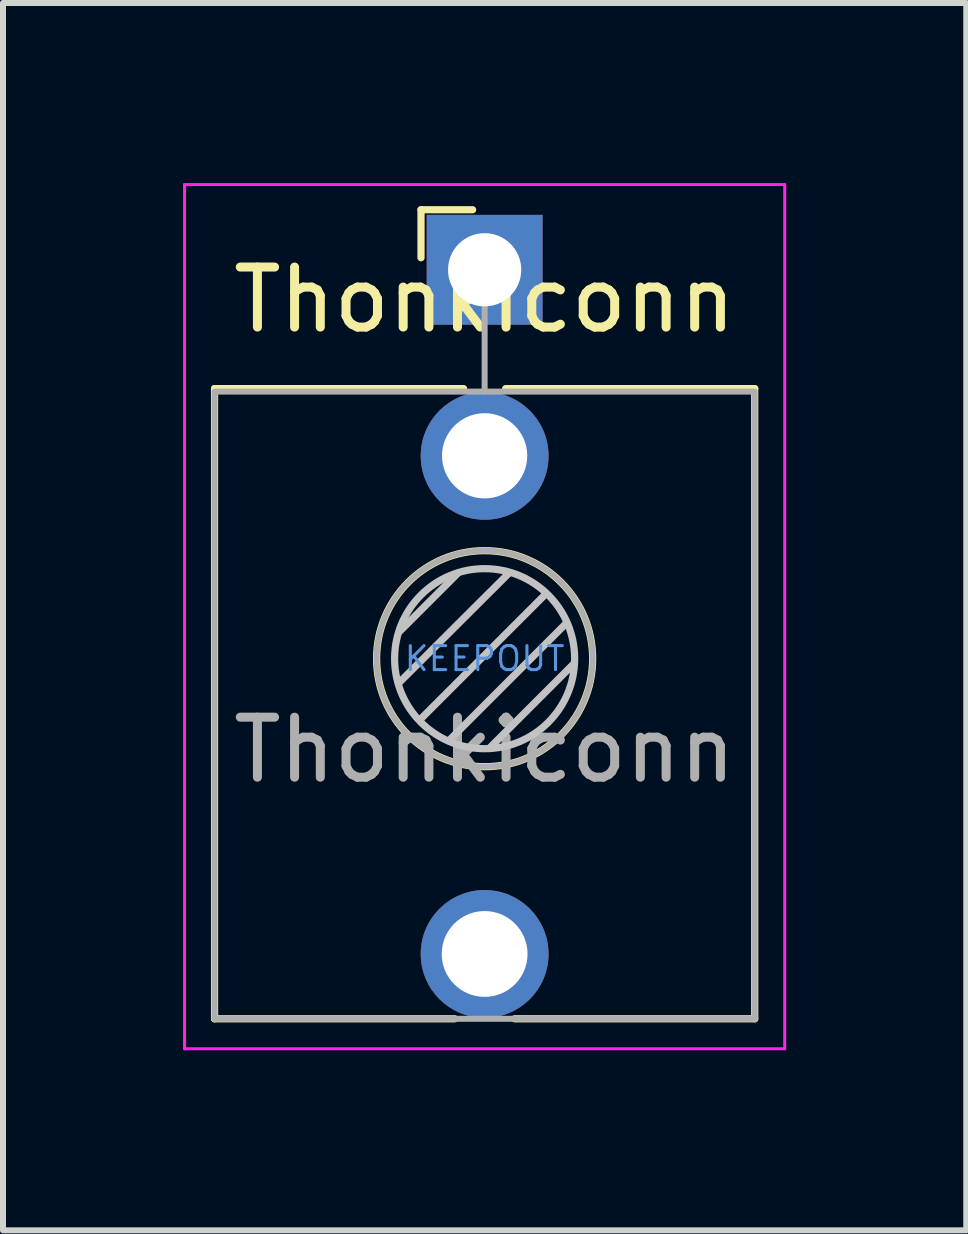
<source format=kicad_pcb>
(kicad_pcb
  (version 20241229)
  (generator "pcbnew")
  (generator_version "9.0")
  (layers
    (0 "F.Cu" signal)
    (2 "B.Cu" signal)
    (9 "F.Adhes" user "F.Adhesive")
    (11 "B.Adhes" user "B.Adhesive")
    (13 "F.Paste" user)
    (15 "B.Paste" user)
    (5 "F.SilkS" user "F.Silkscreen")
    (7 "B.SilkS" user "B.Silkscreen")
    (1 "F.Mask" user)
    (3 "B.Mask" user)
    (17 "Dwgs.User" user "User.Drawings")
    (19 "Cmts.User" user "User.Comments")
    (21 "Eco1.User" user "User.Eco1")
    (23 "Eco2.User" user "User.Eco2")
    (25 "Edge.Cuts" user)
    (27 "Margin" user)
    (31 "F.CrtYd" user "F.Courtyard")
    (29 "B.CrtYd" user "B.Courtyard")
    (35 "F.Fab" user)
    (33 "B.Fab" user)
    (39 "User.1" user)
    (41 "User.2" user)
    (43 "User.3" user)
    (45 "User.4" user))
  (footprint "Thonkiconn"
    (layer "F.Cu")
    (at 5.025 1.445)
    (property "Reference" "Thonkiconn" (at 0 0.5 0) (layer "F.SilkS") (effects (font (size 1 1) (thickness 0.15))))
    (attr through_hole)
    (fp_line (start -4.5 1.98) (end -4.5 12.48) (stroke (width 0.12) (type solid)) (layer "F.SilkS"))
    (fp_line (start -1.06 -1) (end -1.06 -0.2) (stroke (width 0.12) (type solid)) (layer "F.SilkS"))
    (fp_line (start -1.06 -1) (end -0.2 -1) (stroke (width 0.12) (type solid)) (layer "F.SilkS"))
    (fp_line (start -0.5 12.48) (end -4.5 12.48) (stroke (width 0.12) (type solid)) (layer "F.SilkS"))
    (fp_line (start -0.35 1.98) (end -4.5 1.98) (stroke (width 0.12) (type solid)) (layer "F.SilkS"))
    (fp_line (start 4.5 1.98) (end 0.35 1.98) (stroke (width 0.12) (type solid)) (layer "F.SilkS"))
    (fp_line (start 4.5 1.98) (end 4.5 12.48) (stroke (width 0.12) (type solid)) (layer "F.SilkS"))
    (fp_line (start 4.5 12.48) (end 0.5 12.48) (stroke (width 0.12) (type solid)) (layer "F.SilkS"))
    (fp_circle (center 0 6.48) (end 1.8 6.48) (stroke (width 0.12) (type solid)) (fill no) (layer "F.SilkS"))
    (fp_line (start -1.42 6.875) (end 0.4 5.06) (stroke (width 0.12) (type solid)) (layer "Dwgs.User"))
    (fp_line (start -1.41 6.02) (end -0.46 5.07) (stroke (width 0.12) (type solid)) (layer "Dwgs.User"))
    (fp_line (start -1.07 7.49) (end 1.01 5.41) (stroke (width 0.12) (type solid)) (layer "Dwgs.User"))
    (fp_line (start -0.58 7.83) (end 1.36 5.89) (stroke (width 0.12) (type solid)) (layer "Dwgs.User"))
    (fp_line (start 0.09 7.96) (end 1.48 6.57) (stroke (width 0.12) (type solid)) (layer "Dwgs.User"))
    (fp_circle (center 0 6.48) (end 1.5 6.48) (stroke (width 0.12) (type solid)) (fill no) (layer "Dwgs.User"))
    (fp_line (start -5 12.98) (end -5 -1.42) (stroke (width 0.05) (type solid)) (layer "F.CrtYd"))
    (fp_line (start 5 -1.42) (end -5 -1.42) (stroke (width 0.05) (type solid)) (layer "F.CrtYd"))
    (fp_line (start 5 12.98) (end -5 12.98) (stroke (width 0.05) (type solid)) (layer "F.CrtYd"))
    (fp_line (start 5 12.98) (end 5 -1.42) (stroke (width 0.05) (type solid)) (layer "F.CrtYd"))
    (fp_line (start -4.5 12.48) (end -4.5 2.08) (stroke (width 0.1) (type solid)) (layer "F.Fab"))
    (fp_line (start 0 0) (end 0 2.03) (stroke (width 0.1) (type solid)) (layer "F.Fab"))
    (fp_line (start 4.5 2.03) (end -4.5 2.03) (stroke (width 0.1) (type solid)) (layer "F.Fab"))
    (fp_line (start 4.5 12.48) (end -4.5 12.48) (stroke (width 0.1) (type solid)) (layer "F.Fab"))
    (fp_line (start 4.5 12.48) (end 4.5 2.08) (stroke (width 0.1) (type solid)) (layer "F.Fab"))
    (fp_circle (center 0 6.48) (end 1.8 6.48) (stroke (width 0.1) (type solid)) (fill no) (layer "F.Fab"))
    (fp_text user "KEEPOUT" (at 0 6.48 0) (layer "Cmts.User") (effects (font (size 0.4 0.4) (thickness 0.051))))
    (fp_text user "${REFERENCE}" (at 0 8 180) (layer "F.Fab") (effects (font (size 1 1) (thickness 0.15))))
    (pad "1" thru_hole rect (at 0 0 180) (size 1.93 1.83) (drill 1.22) (layers "*.Cu" "*.Mask"))
    (pad "2" thru_hole circle (at 0 3.1 180) (size 2.13 2.13) (drill 1.42) (layers "*.Cu" "*.Mask"))
    (pad "3" thru_hole circle (at 0 11.4 180) (size 2.13 2.13) (drill 1.43) (layers "*.Cu" "*.Mask")))
  (gr_rect
    (start -3 -3)
    (end 13.05 17.45)
    (stroke (width 0.1) (type default))
    (fill no)
    (layer "Edge.Cuts")))
</source>
